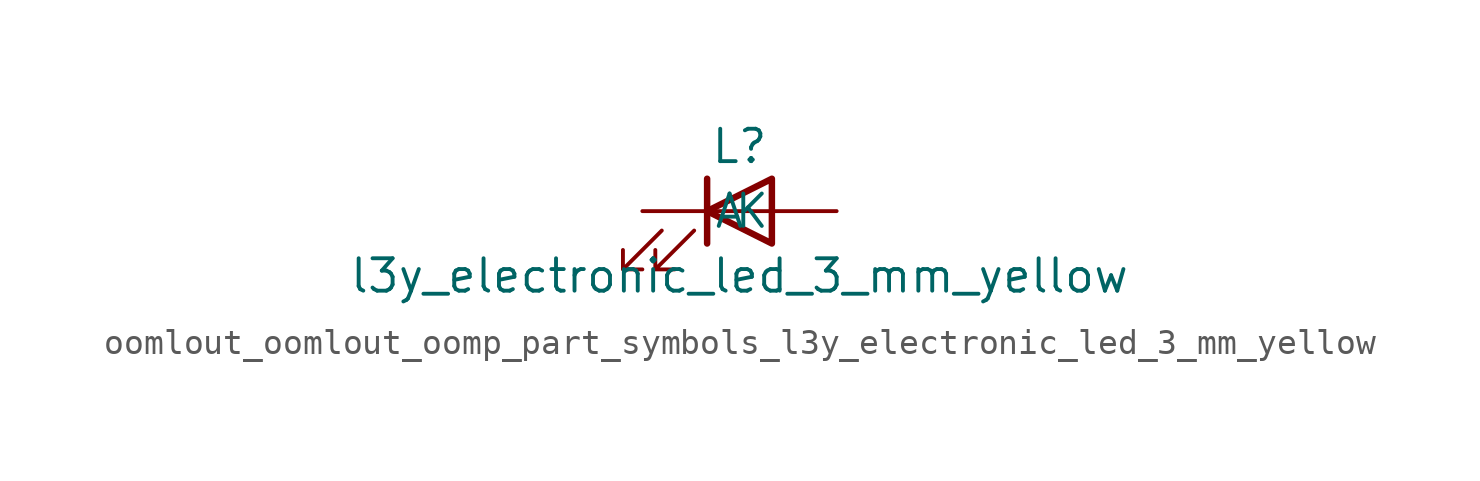
<source format=kicad_sym>
(kicad_symbol_lib
  (version 20220914)
  (generator kicad_symbol_editor)
  (symbol "oomlout_oomlout_oomp_part_symbols_l3y_electronic_led_3_mm_yellow"
    (pin_numbers hide)
    (pin_names
      (offset 1.016))
    (property "Reference" "L"
      (at 0 2.54 0)
      (effects (font (size 1.27 1.27))))
    (property "Value" "l3y_electronic_led_3_mm_yellow"
      (at 0 -2.54 0)
      (effects (font (size 1.27 1.27))))
    (symbol "oomlout_oomlout_oomp_part_symbols_l3y_electronic_led_3_mm_yellow_0_1"
      (polyline (pts (xy -1.27 -1.27) (xy -1.27 1.27)) (stroke (width 0.254) (type default)) (fill (type none)))
      (polyline (pts (xy -1.27 0) (xy 1.27 0)) (stroke (width 0) (type default)) (fill (type none)))
      (polyline (pts (xy 1.27 -1.27) (xy 1.27 1.27) (xy -1.27 0) (xy 1.27 -1.27)) (stroke (width 0.254) (type default)) (fill (type none)))
      (polyline (pts (xy -3.048 -0.762) (xy -4.572 -2.286) (xy -3.81 -2.286) (xy -4.572 -2.286) (xy -4.572 -1.524)) (stroke (width 0) (type default)) (fill (type none)))
      (polyline (pts (xy -1.778 -0.762) (xy -3.302 -2.286) (xy -2.54 -2.286) (xy -3.302 -2.286) (xy -3.302 -1.524)) (stroke (width 0) (type default)) (fill (type none))))
    (symbol "oomlout_oomlout_oomp_part_symbols_l3y_electronic_led_3_mm_yellow_1_1"
      (pin passive line (at -3.81 0 0) (length 2.54) (name "K" (effects (font (size 1.27 1.27)))) (number "1" (effects (font (size 1.27 1.27)))))
      (pin passive line (at 3.81 0 180) (length 2.54) (name "A" (effects (font (size 1.27 1.27)))) (number "2" (effects (font (size 1.27 1.27))))))))
</source>
